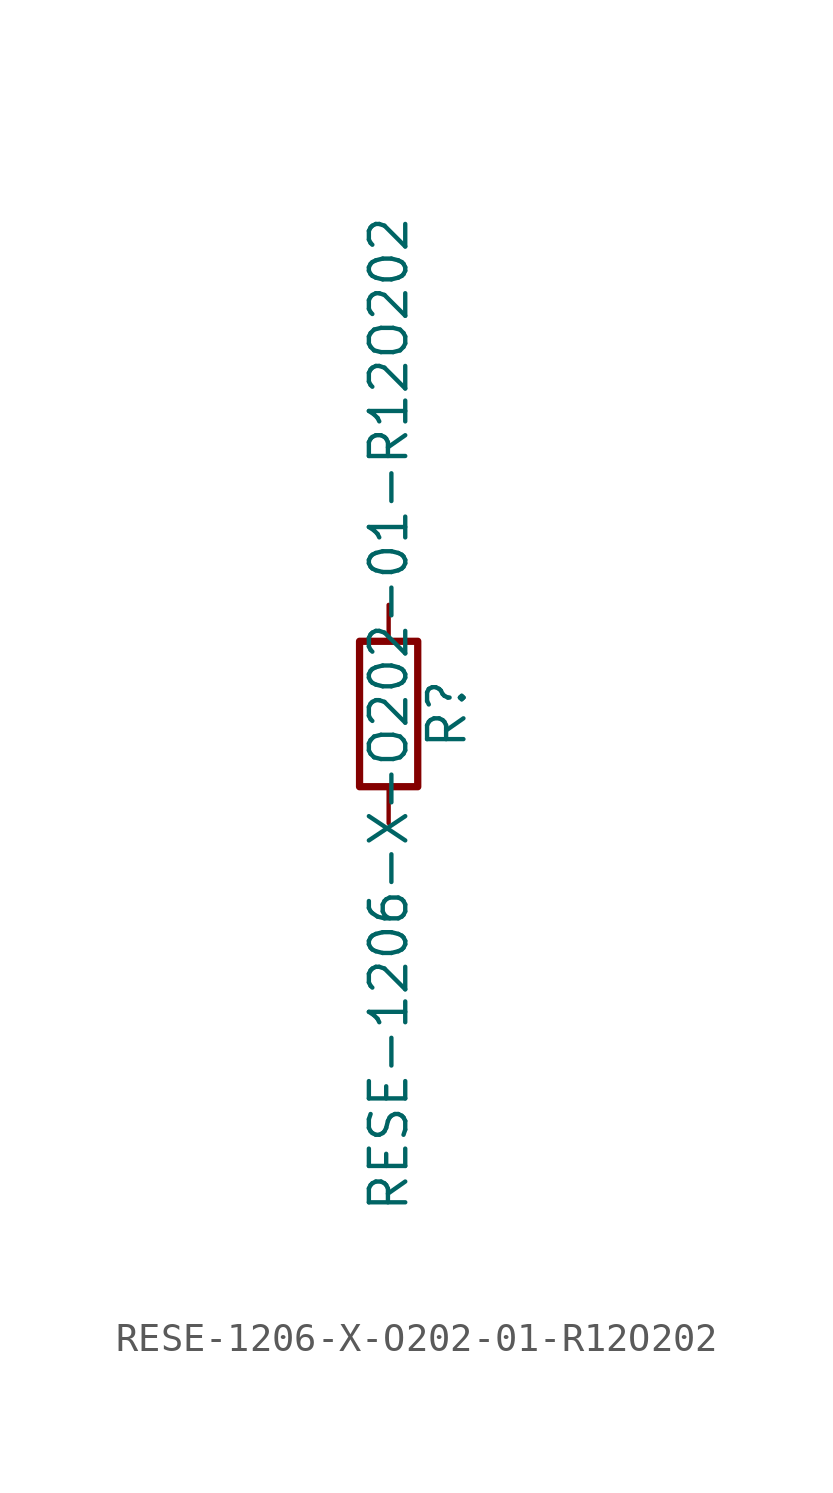
<source format=kicad_sym>
(kicad_symbol_lib
  (version 20211014)
  (generator kicad_symbol_editor)
  (symbol "RESE-1206-X-O202-01-R12O202"
    (pin_numbers hide)
    (pin_names
      (offset 0))
    (property "Reference" "R"
      (at 2.032 0 90)
      (effects (font (size 1.27 1.27))))
    (property "Value" "RESE-1206-X-O202-01-R12O202"
      (at 0 0 90)
      (effects (font (size 1.27 1.27))))
    (symbol "RESE-1206-X-O202-01-R12O202_0_1"
      (rectangle (start -1.016 -2.54) (end 1.016 2.54) (stroke (width 0.254) (type default) (color 0 0 0 0)) (fill (type none))))
    (symbol "RESE-1206-X-O202-01-R12O202_1_1"
      (pin passive line (at 0 3.81 270) (length 1.27) (name "~" (effects (font (size 1.27 1.27)))) (number "1" (effects (font (size 1.27 1.27)))))
      (pin passive line (at 0 -3.81 90) (length 1.27) (name "~" (effects (font (size 1.27 1.27)))) (number "2" (effects (font (size 1.27 1.27))))))))
</source>
